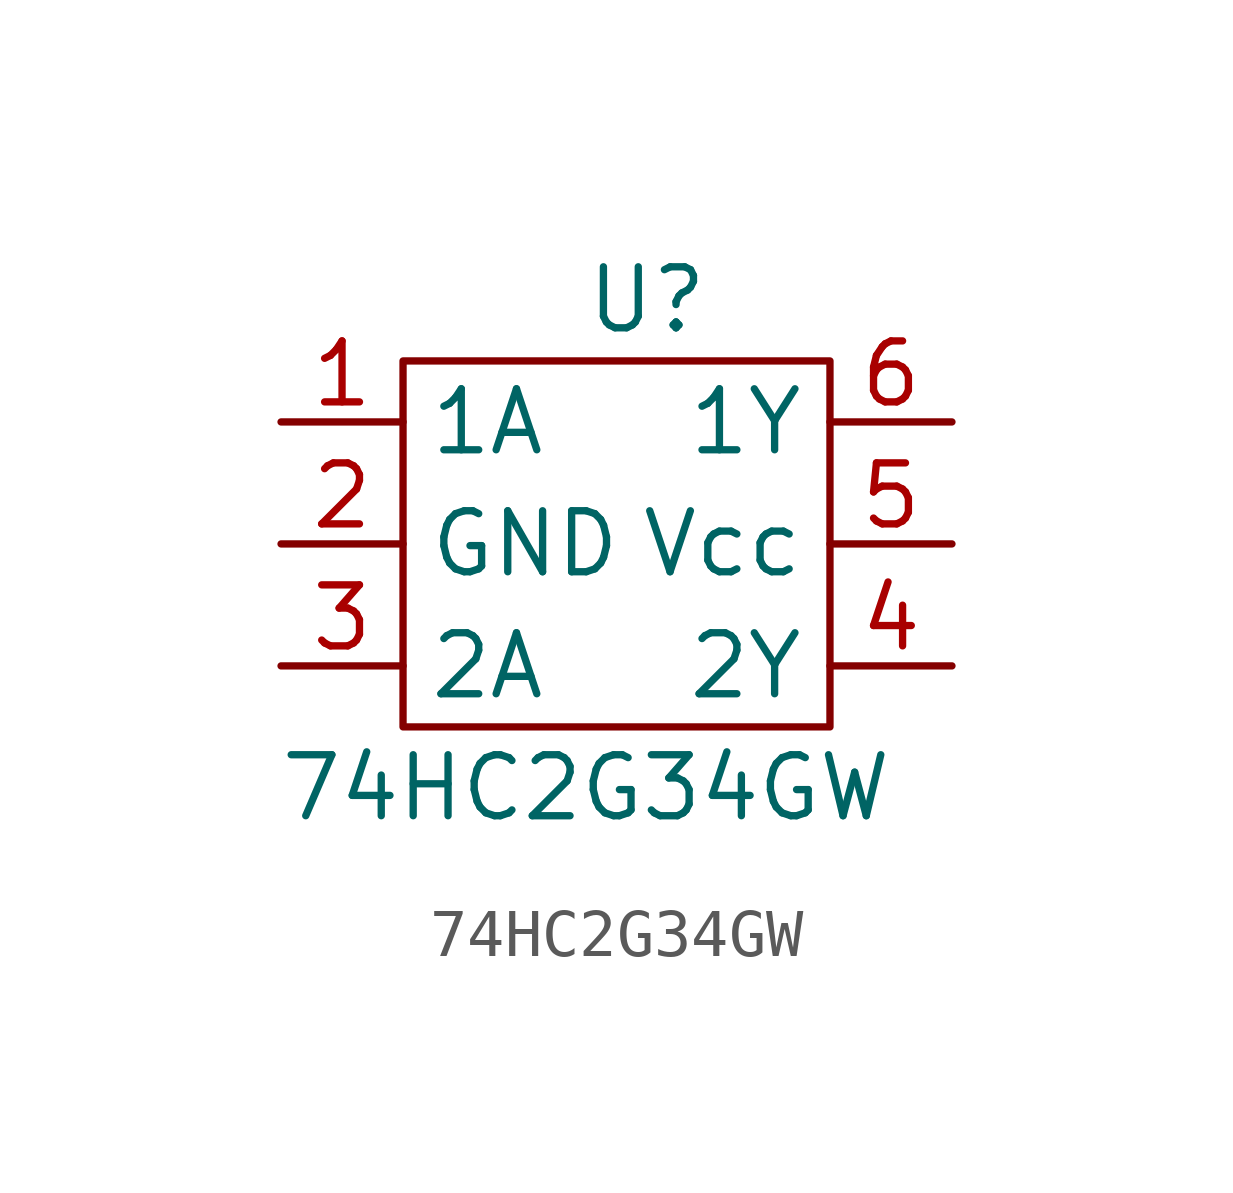
<source format=kicad_sym>
(kicad_symbol_lib
  (version 20220914)
  (generator kicad_symbol_editor)
  (symbol "74HC2G34GW"
    (property "Reference" "U"
      (at 7.62 2.54 0)
      (effects (font (size 1.27 1.27))))
    (property "Value" "74HC2G34GW"
      (at 6.35 -7.62 0)
      (effects (font (size 1.27 1.27))))
    (symbol "74HC2G34GW_0_1"
      (rectangle (start 2.54 1.27) (end 11.43 -6.35) (stroke (width 0) (type default)) (fill (type none))))
    (symbol "74HC2G34GW_1_1"
      (pin input line (at 0 0 0) (length 2.54) (name "1A" (effects (font (size 1.27 1.27)))) (number "1" (effects (font (size 1.27 1.27)))))
      (pin power_in line (at 0 -2.54 0) (length 2.54) (name "GND" (effects (font (size 1.27 1.27)))) (number "2" (effects (font (size 1.27 1.27)))))
      (pin input line (at 0 -5.08 0) (length 2.54) (name "2A" (effects (font (size 1.27 1.27)))) (number "3" (effects (font (size 1.27 1.27)))))
      (pin output line (at 13.97 -5.08 180) (length 2.54) (name "2Y" (effects (font (size 1.27 1.27)))) (number "4" (effects (font (size 1.27 1.27)))))
      (pin power_in line (at 13.97 -2.54 180) (length 2.54) (name "Vcc" (effects (font (size 1.27 1.27)))) (number "5" (effects (font (size 1.27 1.27)))))
      (pin output line (at 13.97 0 180) (length 2.54) (name "1Y" (effects (font (size 1.27 1.27)))) (number "6" (effects (font (size 1.27 1.27))))))))
</source>
